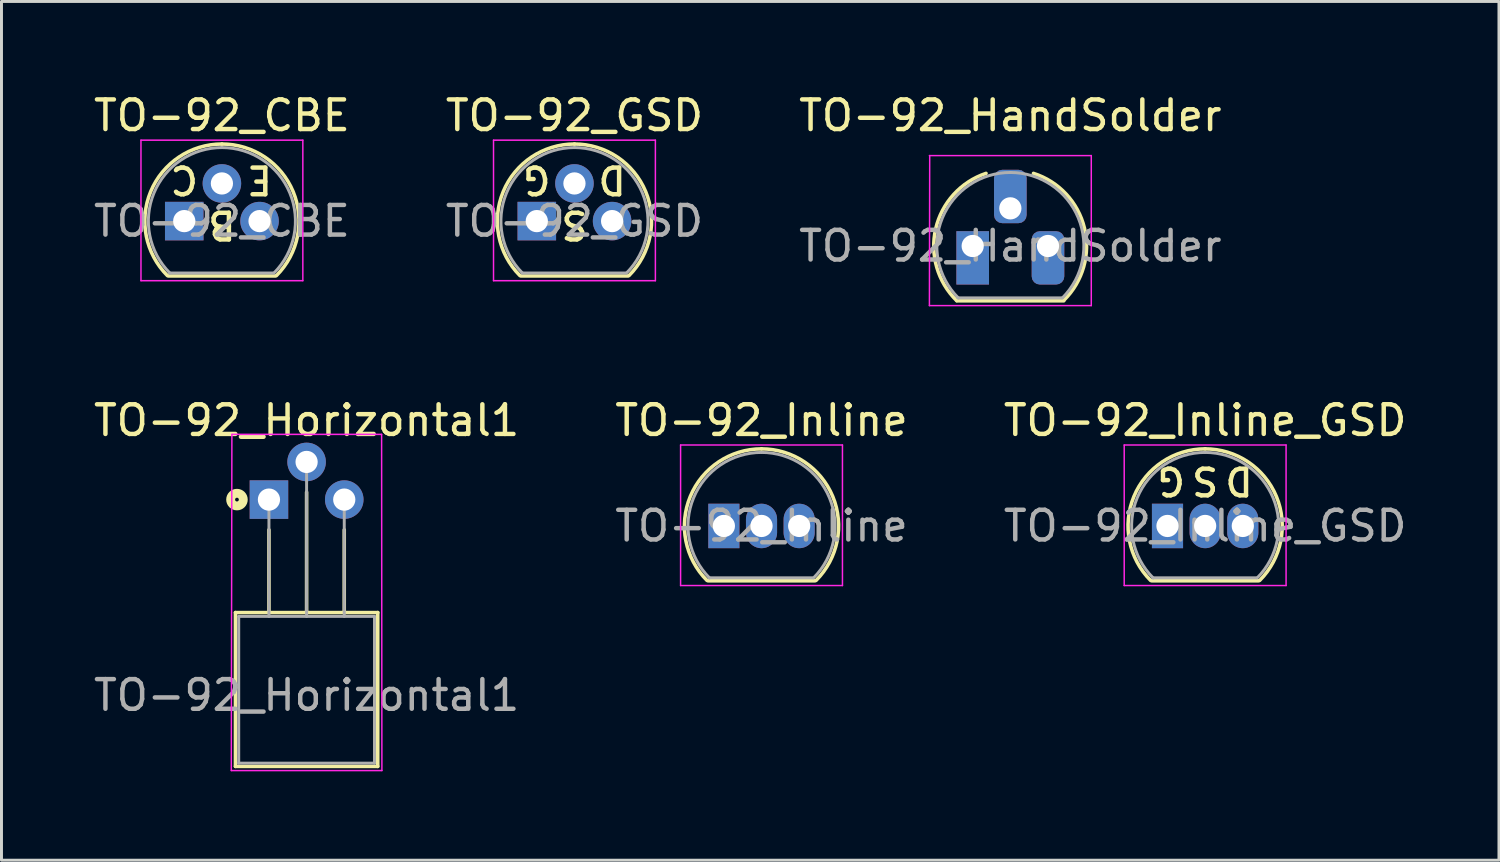
<source format=kicad_pcb>
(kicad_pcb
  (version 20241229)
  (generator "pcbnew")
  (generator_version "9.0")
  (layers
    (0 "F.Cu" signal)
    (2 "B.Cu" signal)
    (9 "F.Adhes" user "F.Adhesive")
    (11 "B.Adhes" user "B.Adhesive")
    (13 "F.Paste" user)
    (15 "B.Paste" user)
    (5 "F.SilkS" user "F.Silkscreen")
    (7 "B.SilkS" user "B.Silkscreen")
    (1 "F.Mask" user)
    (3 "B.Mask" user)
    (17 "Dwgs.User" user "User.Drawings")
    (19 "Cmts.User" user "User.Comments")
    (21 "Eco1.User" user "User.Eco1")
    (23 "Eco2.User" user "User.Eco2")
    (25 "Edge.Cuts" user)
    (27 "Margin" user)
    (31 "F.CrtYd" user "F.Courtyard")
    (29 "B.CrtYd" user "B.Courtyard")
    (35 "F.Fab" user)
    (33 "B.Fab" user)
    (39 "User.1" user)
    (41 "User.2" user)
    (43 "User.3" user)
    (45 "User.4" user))
  (footprint "TO-92_Inline_GSD"
    (layer "F.Cu")
    (at 36.331 14.691)
    (property "Reference" "TO-92_Inline_GSD" (at 1.27 -3.56 0) (layer "F.SilkS") (effects (font (size 1 1) (thickness 0.15))))
    (fp_line (start -0.53 1.85) (end 3.07 1.85) (stroke (width 0.12) (type solid)) (layer "F.SilkS"))
    (fp_arc (start -0.568478 1.838478) (mid -1.132087 -0.994977) (end 1.27 -2.6) (stroke (width 0.12) (type solid)) (layer "F.SilkS"))
    (fp_arc (start 1.27 -2.6) (mid 3.672087 -0.994977) (end 3.108478 1.838478) (stroke (width 0.12) (type solid)) (layer "F.SilkS"))
    (fp_line (start -1.46 -2.73) (end -1.46 2.01) (stroke (width 0.05) (type solid)) (layer "F.CrtYd"))
    (fp_line (start -1.46 -2.73) (end 4 -2.73) (stroke (width 0.05) (type solid)) (layer "F.CrtYd"))
    (fp_line (start 4 2.01) (end -1.46 2.01) (stroke (width 0.05) (type solid)) (layer "F.CrtYd"))
    (fp_line (start 4 2.01) (end 4 -2.73) (stroke (width 0.05) (type solid)) (layer "F.CrtYd"))
    (fp_line (start -0.5 1.75) (end 3 1.75) (stroke (width 0.1) (type solid)) (layer "F.Fab"))
    (fp_arc (start -0.483625 1.753625) (mid -1.021221 -0.949055) (end 1.27 -2.48) (stroke (width 0.1) (type solid)) (layer "F.Fab"))
    (fp_arc (start 1.27 -2.48) (mid 3.561221 -0.949055) (end 3.023625 1.753625) (stroke (width 0.1) (type solid)) (layer "F.Fab"))
    (fp_text user "G" (at 0.127 -1.524 180) (unlocked yes) (layer "F.SilkS") (effects (font (size 0.9 0.9) (thickness 0.15))))
    (fp_text user "S" (at 1.27 -1.524 180) (unlocked yes) (layer "F.SilkS") (effects (font (size 0.9 0.9) (thickness 0.15))))
    (fp_text user "D" (at 2.413 -1.524 180) (unlocked yes) (layer "F.SilkS") (effects (font (size 0.9 0.9) (thickness 0.15))))
    (fp_text user "${REFERENCE}" (at 1.27 0 0) (layer "F.Fab") (effects (font (size 1 1) (thickness 0.15))))
    (pad "1" thru_hole rect (at 0 0) (size 1.05 1.5) (drill 0.75) (layers "*.Cu" "*.Mask"))
    (pad "2" thru_hole oval (at 1.27 0) (size 1.05 1.5) (drill 0.75) (layers "*.Cu" "*.Mask"))
    (pad "3" thru_hole oval (at 2.54 0) (size 1.05 1.5) (drill 0.75) (layers "*.Cu" "*.Mask")))
  (footprint "TO-92_CBE"
    (layer "F.Cu")
    (at 3.165 4.408)
    (property "Reference" "TO-92_CBE" (at 1.27 -3.56 0) (layer "F.SilkS") (effects (font (size 1 1) (thickness 0.15))))
    (fp_line (start -0.53 1.85) (end 3.07 1.85) (stroke (width 0.12) (type solid)) (layer "F.SilkS"))
    (fp_arc (start -0.568478 1.838478) (mid -1.132087 -0.994977) (end 1.27 -2.6) (stroke (width 0.12) (type solid)) (layer "F.SilkS"))
    (fp_arc (start 1.27 -2.6) (mid 3.672087 -0.994977) (end 3.108478 1.838478) (stroke (width 0.12) (type solid)) (layer "F.SilkS"))
    (fp_line (start -1.46 -2.73) (end -1.46 2.01) (stroke (width 0.05) (type solid)) (layer "F.CrtYd"))
    (fp_line (start -1.46 -2.73) (end 4 -2.73) (stroke (width 0.05) (type solid)) (layer "F.CrtYd"))
    (fp_line (start 4 2.01) (end -1.46 2.01) (stroke (width 0.05) (type solid)) (layer "F.CrtYd"))
    (fp_line (start 4 2.01) (end 4 -2.73) (stroke (width 0.05) (type solid)) (layer "F.CrtYd"))
    (fp_line (start -0.5 1.75) (end 3 1.75) (stroke (width 0.1) (type solid)) (layer "F.Fab"))
    (fp_arc (start -0.483625 1.753625) (mid -1.021221 -0.949055) (end 1.27 -2.48) (stroke (width 0.1) (type solid)) (layer "F.Fab"))
    (fp_arc (start 1.27 -2.48) (mid 3.561221 -0.949055) (end 3.023625 1.753625) (stroke (width 0.1) (type solid)) (layer "F.Fab"))
    (fp_text user "B" (at 1.27 0.127 180) (unlocked yes) (layer "F.SilkS") (effects (font (size 0.9 0.9) (thickness 0.15))))
    (fp_text user "E" (at 2.54 -1.397 180) (unlocked yes) (layer "F.SilkS") (effects (font (size 0.9 0.9) (thickness 0.15))))
    (fp_text user "C" (at 0 -1.397 180) (unlocked yes) (layer "F.SilkS") (effects (font (size 0.9 0.9) (thickness 0.15))))
    (fp_text user "${REFERENCE}" (at 1.27 0 0) (layer "F.Fab") (effects (font (size 1 1) (thickness 0.15))))
    (pad "1" thru_hole rect (at 0 0 90) (size 1.3 1.3) (drill 0.75) (layers "*.Cu" "*.Mask"))
    (pad "2" thru_hole circle (at 1.27 -1.27 90) (size 1.3 1.3) (drill 0.75) (layers "*.Cu" "*.Mask"))
    (pad "3" thru_hole circle (at 2.54 0 90) (size 1.3 1.3) (drill 0.75) (layers "*.Cu" "*.Mask")))
  (footprint "TO-92_GSD"
    (layer "F.Cu")
    (at 15.057 4.408)
    (property "Reference" "TO-92_GSD" (at 1.27 -3.56 0) (layer "F.SilkS") (effects (font (size 1 1) (thickness 0.15))))
    (fp_line (start -0.53 1.85) (end 3.07 1.85) (stroke (width 0.12) (type solid)) (layer "F.SilkS"))
    (fp_arc (start -0.568478 1.838478) (mid -1.132087 -0.994977) (end 1.27 -2.6) (stroke (width 0.12) (type solid)) (layer "F.SilkS"))
    (fp_arc (start 1.27 -2.6) (mid 3.672087 -0.994977) (end 3.108478 1.838478) (stroke (width 0.12) (type solid)) (layer "F.SilkS"))
    (fp_line (start -1.46 -2.73) (end -1.46 2.01) (stroke (width 0.05) (type solid)) (layer "F.CrtYd"))
    (fp_line (start -1.46 -2.73) (end 4 -2.73) (stroke (width 0.05) (type solid)) (layer "F.CrtYd"))
    (fp_line (start 4 2.01) (end -1.46 2.01) (stroke (width 0.05) (type solid)) (layer "F.CrtYd"))
    (fp_line (start 4 2.01) (end 4 -2.73) (stroke (width 0.05) (type solid)) (layer "F.CrtYd"))
    (fp_line (start -0.5 1.75) (end 3 1.75) (stroke (width 0.1) (type solid)) (layer "F.Fab"))
    (fp_arc (start -0.483625 1.753625) (mid -1.021221 -0.949055) (end 1.27 -2.48) (stroke (width 0.1) (type solid)) (layer "F.Fab"))
    (fp_arc (start 1.27 -2.48) (mid 3.561221 -0.949055) (end 3.023625 1.753625) (stroke (width 0.1) (type solid)) (layer "F.Fab"))
    (fp_text user "G" (at 0 -1.397 180) (unlocked yes) (layer "F.SilkS") (effects (font (size 0.9 0.9) (thickness 0.15))))
    (fp_text user "S" (at 1.27 0.127 180) (unlocked yes) (layer "F.SilkS") (effects (font (size 0.9 0.9) (thickness 0.15))))
    (fp_text user "D" (at 2.54 -1.397 180) (unlocked yes) (layer "F.SilkS") (effects (font (size 0.9 0.9) (thickness 0.15))))
    (fp_text user "${REFERENCE}" (at 1.27 0 0) (layer "F.Fab") (effects (font (size 1 1) (thickness 0.15))))
    (pad "1" thru_hole rect (at 0 0 90) (size 1.3 1.3) (drill 0.75) (layers "*.Cu" "*.Mask"))
    (pad "2" thru_hole circle (at 1.27 -1.27 90) (size 1.3 1.3) (drill 0.75) (layers "*.Cu" "*.Mask"))
    (pad "3" thru_hole circle (at 2.54 0 90) (size 1.3 1.3) (drill 0.75) (layers "*.Cu" "*.Mask")))
  (footprint "TO-92_Horizontal1"
    (layer "F.Cu")
    (at 6.022 13.802)
    (property "Reference" "TO-92_Horizontal1" (at 1.27 -2.67 0) (layer "F.SilkS") (effects (font (size 1 1) (thickness 0.15))))
    (attr through_hole)
    (fp_line (start -1.13 3.81) (end 3.67 3.81) (stroke (width 0.12) (type solid)) (layer "F.SilkS"))
    (fp_line (start -1.13 9) (end -1.13 3.81) (stroke (width 0.12) (type solid)) (layer "F.SilkS"))
    (fp_line (start 0 1.02) (end 0 3.81) (stroke (width 0.12) (type solid)) (layer "F.SilkS"))
    (fp_line (start 1.27 -0.25) (end 1.27 3.81) (stroke (width 0.12) (type solid)) (layer "F.SilkS"))
    (fp_line (start 2.54 1.02) (end 2.54 3.81) (stroke (width 0.12) (type solid)) (layer "F.SilkS"))
    (fp_line (start 3.67 3.81) (end 3.67 9) (stroke (width 0.12) (type solid)) (layer "F.SilkS"))
    (fp_line (start 3.67 9) (end -1.13 9) (stroke (width 0.12) (type solid)) (layer "F.SilkS"))
    (fp_circle (center -1.079 0) (end -1.016 0) (stroke (width 0.3) (type solid)) (fill no) (layer "F.SilkS"))
    (fp_line (start -1.25 -2.2) (end -1.27 9.14) (stroke (width 0.05) (type solid)) (layer "F.CrtYd"))
    (fp_line (start -1.25 -2.2) (end 3.8 -2.2) (stroke (width 0.05) (type solid)) (layer "F.CrtYd"))
    (fp_line (start 3.81 9.14) (end -1.27 9.14) (stroke (width 0.05) (type solid)) (layer "F.CrtYd"))
    (fp_line (start 3.81 9.14) (end 3.8 -2.2) (stroke (width 0.05) (type solid)) (layer "F.CrtYd"))
    (fp_line (start -1.02 3.94) (end 3.56 3.94) (stroke (width 0.1) (type solid)) (layer "F.Fab"))
    (fp_line (start -1.02 8.89) (end -1.02 3.94) (stroke (width 0.1) (type solid)) (layer "F.Fab"))
    (fp_line (start 0 3.94) (end 0 0) (stroke (width 0.1) (type solid)) (layer "F.Fab"))
    (fp_line (start 1.27 3.94) (end 1.27 -1.27) (stroke (width 0.1) (type solid)) (layer "F.Fab"))
    (fp_line (start 2.54 3.94) (end 2.54 0) (stroke (width 0.1) (type solid)) (layer "F.Fab"))
    (fp_line (start 3.56 3.94) (end 3.56 8.89) (stroke (width 0.1) (type solid)) (layer "F.Fab"))
    (fp_line (start 3.56 8.89) (end -1.02 8.89) (stroke (width 0.1) (type solid)) (layer "F.Fab"))
    (fp_text user "${REFERENCE}" (at 1.27 6.6 0) (layer "F.Fab") (effects (font (size 1 1) (thickness 0.15))))
    (pad "1" thru_hole rect (at 0 0 90) (size 1.3 1.3) (drill 0.75) (layers "*.Cu" "*.Mask"))
    (pad "2" thru_hole circle (at 1.27 -1.27 90) (size 1.3 1.3) (drill 0.75) (layers "*.Cu" "*.Mask"))
    (pad "3" thru_hole circle (at 2.54 0 90) (size 1.3 1.3) (drill 0.75) (layers "*.Cu" "*.Mask")))
  (footprint "TO-92_HandSolder"
    (layer "F.Cu")
    (at 29.76 5.248)
    (property "Reference" "TO-92_HandSolder" (at 1.27 -4.4 0) (layer "F.SilkS") (effects (font (size 1 1) (thickness 0.15))))
    (attr through_hole)
    (fp_line (start -0.53 1.85) (end 3.07 1.85) (stroke (width 0.12) (type solid)) (layer "F.SilkS"))
    (fp_arc (start -0.541875 1.841741) (mid -1.247231 -0.581764) (end 0.45 -2.45) (stroke (width 0.12) (type solid)) (layer "F.SilkS"))
    (fp_arc (start 2.05 -2.45) (mid 3.769931 -0.601036) (end 3.078445 1.827684) (stroke (width 0.12) (type solid)) (layer "F.SilkS"))
    (fp_line (start -1.46 -3.05) (end 4 -3.05) (stroke (width 0.05) (type solid)) (layer "F.CrtYd"))
    (fp_line (start -1.45 -3.05) (end -1.46 2.01) (stroke (width 0.05) (type solid)) (layer "F.CrtYd"))
    (fp_line (start 4 2.01) (end -1.46 2.01) (stroke (width 0.05) (type solid)) (layer "F.CrtYd"))
    (fp_line (start 4 2.01) (end 4 -3.05) (stroke (width 0.05) (type solid)) (layer "F.CrtYd"))
    (fp_line (start -0.5 1.75) (end 3 1.75) (stroke (width 0.1) (type solid)) (layer "F.Fab"))
    (fp_arc (start -0.483625 1.753625) (mid -1.021221 -0.949055) (end 1.27 -2.48) (stroke (width 0.1) (type solid)) (layer "F.Fab"))
    (fp_arc (start 1.27 -2.48) (mid 3.561221 -0.949055) (end 3.023625 1.753625) (stroke (width 0.1) (type solid)) (layer "F.Fab"))
    (fp_text user "${REFERENCE}" (at 1.27 0 0) (layer "F.Fab") (effects (font (size 1 1) (thickness 0.15))))
    (pad "1" thru_hole rect (at 0 0) (size 1.1 1.8) (drill 0.75 (offset 0 0.4)) (layers "*.Cu" "*.Mask"))
    (pad "2" thru_hole roundrect (at 1.27 -1.27) (size 1.1 1.8) (drill 0.75 (offset 0 -0.4)) (layers "*.Cu" "*.Mask") (roundrect_rratio 0.25))
    (pad "3" thru_hole roundrect (at 2.54 0) (size 1.1 1.8) (drill 0.75 (offset 0 0.4)) (layers "*.Cu" "*.Mask") (roundrect_rratio 0.25)))
  (footprint "TO-92_Inline"
    (layer "F.Cu")
    (at 21.367 14.691)
    (property "Reference" "TO-92_Inline" (at 1.27 -3.56 0) (layer "F.SilkS") (effects (font (size 1 1) (thickness 0.15))))
    (attr through_hole)
    (fp_line (start -0.53 1.85) (end 3.07 1.85) (stroke (width 0.12) (type solid)) (layer "F.SilkS"))
    (fp_arc (start -0.568478 1.838478) (mid -1.132087 -0.994977) (end 1.27 -2.6) (stroke (width 0.12) (type solid)) (layer "F.SilkS"))
    (fp_arc (start 1.27 -2.6) (mid 3.672087 -0.994977) (end 3.108478 1.838478) (stroke (width 0.12) (type solid)) (layer "F.SilkS"))
    (fp_line (start -1.46 -2.73) (end -1.46 2.01) (stroke (width 0.05) (type solid)) (layer "F.CrtYd"))
    (fp_line (start -1.46 -2.73) (end 4 -2.73) (stroke (width 0.05) (type solid)) (layer "F.CrtYd"))
    (fp_line (start 4 2.01) (end -1.46 2.01) (stroke (width 0.05) (type solid)) (layer "F.CrtYd"))
    (fp_line (start 4 2.01) (end 4 -2.73) (stroke (width 0.05) (type solid)) (layer "F.CrtYd"))
    (fp_line (start -0.5 1.75) (end 3 1.75) (stroke (width 0.1) (type solid)) (layer "F.Fab"))
    (fp_arc (start -0.483625 1.753625) (mid -1.021221 -0.949055) (end 1.27 -2.48) (stroke (width 0.1) (type solid)) (layer "F.Fab"))
    (fp_arc (start 1.27 -2.48) (mid 3.561221 -0.949055) (end 3.023625 1.753625) (stroke (width 0.1) (type solid)) (layer "F.Fab"))
    (fp_text user "${REFERENCE}" (at 1.27 0 0) (layer "F.Fab") (effects (font (size 1 1) (thickness 0.15))))
    (pad "1" thru_hole rect (at 0 0) (size 1.05 1.5) (drill 0.75) (layers "*.Cu" "*.Mask"))
    (pad "2" thru_hole oval (at 1.27 0) (size 1.05 1.5) (drill 0.75) (layers "*.Cu" "*.Mask"))
    (pad "3" thru_hole oval (at 2.54 0) (size 1.05 1.5) (drill 0.75) (layers "*.Cu" "*.Mask")))
  (gr_rect
    (start -3 -3)
    (end 47.512 25.966)
    (stroke (width 0.1) (type default))
    (fill no)
    (layer "Edge.Cuts")))
</source>
